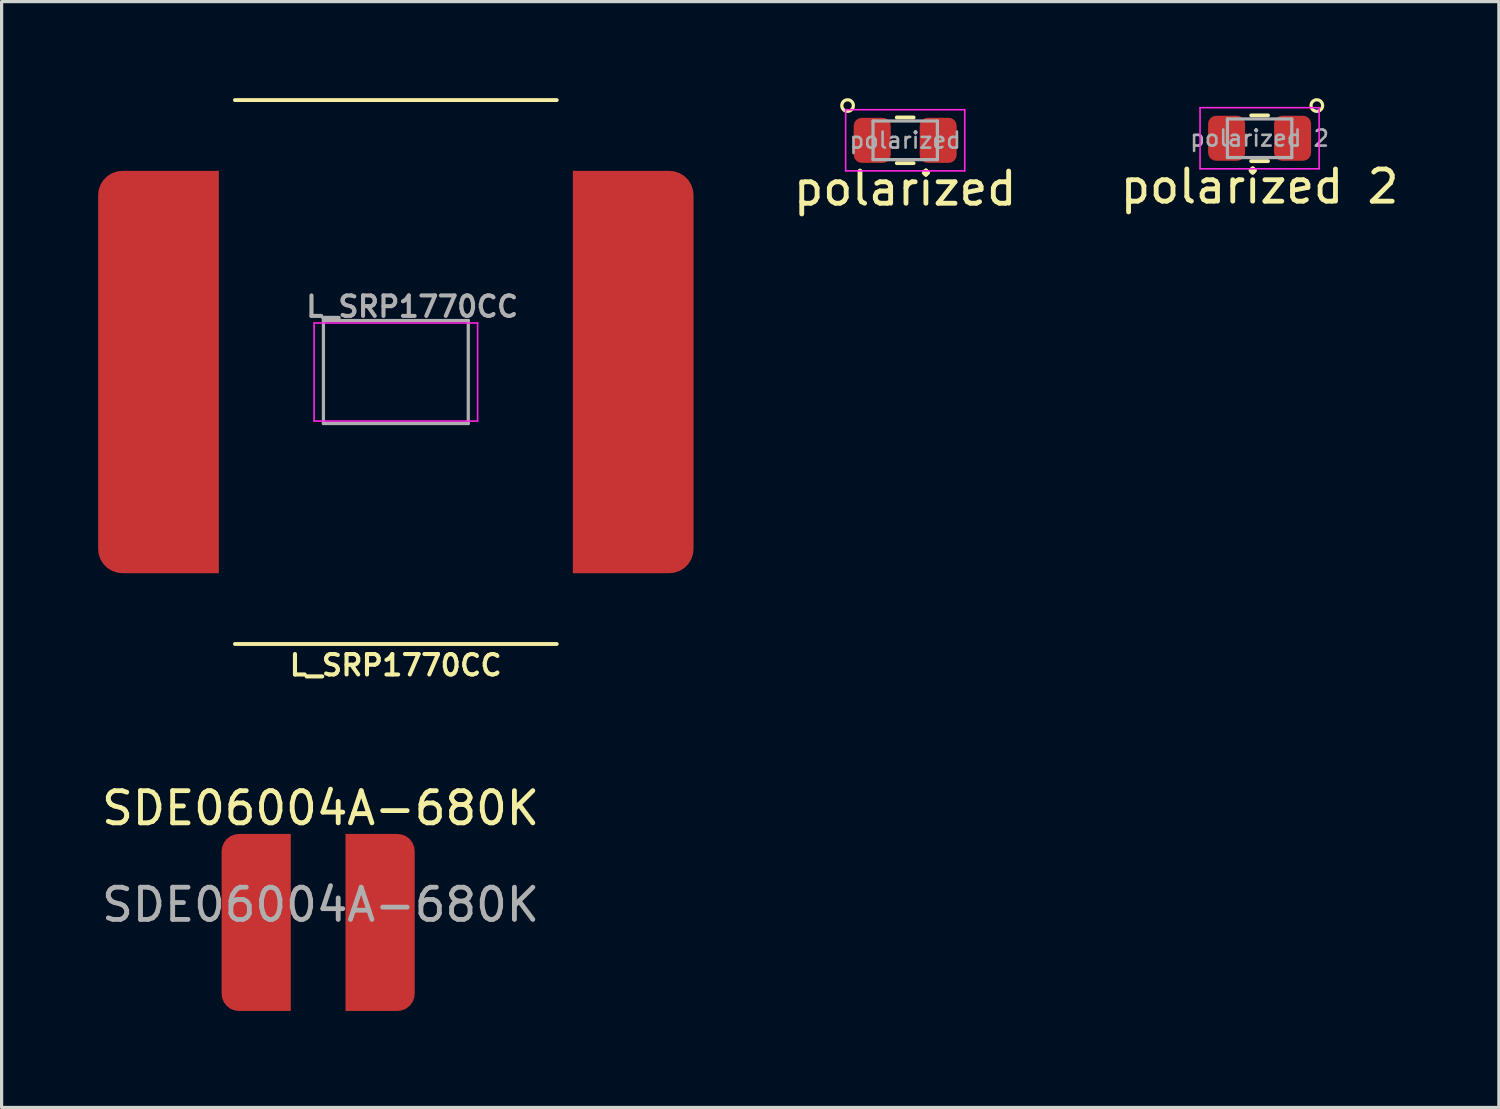
<source format=kicad_pcb>
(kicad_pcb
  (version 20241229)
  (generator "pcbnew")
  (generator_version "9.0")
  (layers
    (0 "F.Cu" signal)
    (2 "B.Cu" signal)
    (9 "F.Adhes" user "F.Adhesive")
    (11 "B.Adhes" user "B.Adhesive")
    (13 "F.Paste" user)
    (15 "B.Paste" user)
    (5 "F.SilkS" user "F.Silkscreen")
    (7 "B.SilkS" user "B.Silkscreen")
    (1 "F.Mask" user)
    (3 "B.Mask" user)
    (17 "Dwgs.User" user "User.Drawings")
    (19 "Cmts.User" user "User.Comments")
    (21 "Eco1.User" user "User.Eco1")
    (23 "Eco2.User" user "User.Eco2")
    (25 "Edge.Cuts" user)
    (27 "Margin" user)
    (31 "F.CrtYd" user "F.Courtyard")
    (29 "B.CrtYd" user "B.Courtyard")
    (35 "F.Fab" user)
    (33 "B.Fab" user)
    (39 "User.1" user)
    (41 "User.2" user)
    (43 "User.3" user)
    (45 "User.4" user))
  (footprint "L_SRP1770CC"
    (layer "F.Cu")
    (at 9.25 8.51)
    (property "Reference" "L_SRP1770CC" (at -0.005 9.11 0) (layer "F.SilkS") (effects (font (size 0.635 0.635) (thickness 0.127))))
    (attr smd)
    (fp_line (start -5 -8.45) (end 5 -8.45) (stroke (width 0.12) (type solid)) (layer "F.SilkS"))
    (fp_line (start -5 8.45) (end 5 8.45) (stroke (width 0.12) (type solid)) (layer "F.SilkS"))
    (fp_rect (start -8.654 -5.588) (end -6.114 -3.048) (stroke (width 0.12) (type solid)) (fill yes) (layer "F.Paste"))
    (fp_rect (start -8.654 -1.778) (end -6.114 1.778) (stroke (width 0.12) (type solid)) (fill yes) (layer "F.Paste"))
    (fp_rect (start -8.654 3.048) (end -6.114 5.588) (stroke (width 0.12) (type solid)) (fill yes) (layer "F.Paste"))
    (fp_rect (start 6.096 -5.588) (end 8.636 -3.048) (stroke (width 0.12) (type solid)) (fill yes) (layer "F.Paste"))
    (fp_rect (start 6.096 -1.778) (end 8.636 1.778) (stroke (width 0.12) (type solid)) (fill yes) (layer "F.Paste"))
    (fp_rect (start 6.096 3.048) (end 8.636 5.588) (stroke (width 0.12) (type solid)) (fill yes) (layer "F.Paste"))
    (fp_line (start -2.54 -1.524) (end 2.54 -1.524) (stroke (width 0.05) (type solid)) (layer "F.CrtYd"))
    (fp_line (start -2.54 1.524) (end -2.54 -1.524) (stroke (width 0.05) (type solid)) (layer "F.CrtYd"))
    (fp_line (start 2.54 1.524) (end -2.54 1.524) (stroke (width 0.05) (type solid)) (layer "F.CrtYd"))
    (fp_line (start 2.54 1.524) (end 2.54 -1.524) (stroke (width 0.05) (type solid)) (layer "F.CrtYd"))
    (fp_line (start -2.25 -1.6) (end 2.25 -1.6) (stroke (width 0.1) (type solid)) (layer "F.Fab"))
    (fp_line (start -2.25 1.6) (end -2.25 -1.6) (stroke (width 0.1) (type solid)) (layer "F.Fab"))
    (fp_line (start 2.25 -1.6) (end 2.25 1.6) (stroke (width 0.1) (type solid)) (layer "F.Fab"))
    (fp_line (start 2.25 1.6) (end -2.25 1.6) (stroke (width 0.1) (type solid)) (layer "F.Fab"))
    (fp_text user "${REFERENCE}" (at 0.508 -2.032 0) (layer "F.Fab") (effects (font (size 0.635 0.635) (thickness 0.127))))
    (pad "1" smd roundrect (at -7.375 0) (size 3.75 12.5) (layers "F.Cu" "F.Mask") (roundrect_rratio 0.2) (chamfer_ratio 0) (chamfer top_right bottom_right))
    (pad "2" smd roundrect (at 7.375 0) (size 3.75 12.5) (layers "F.Cu" "F.Mask") (roundrect_rratio 0.2) (chamfer_ratio 0) (chamfer top_left bottom_left)))
  (footprint "SDE06004A-680K"
    (layer "F.Cu")
    (at 6.836 25.613)
    (property "Reference" "SDE06004A-680K" (at 0.075 -3.55 0) (unlocked yes) (layer "F.SilkS") (effects (font (size 1 1) (thickness 0.15))))
    (attr smd)
    (fp_text user "${REFERENCE}" (at 0.075 -0.55 0) (unlocked yes) (layer "F.Fab") (effects (font (size 1 1) (thickness 0.15))))
    (pad "1" smd roundrect (at -1.925 0) (size 2.15 5.5) (layers "F.Cu" "F.Mask" "F.Paste") (roundrect_rratio 0.25) (chamfer_ratio 0) (chamfer top_right bottom_right))
    (pad "2" smd roundrect (at 1.925 0) (size 2.15 5.5) (layers "F.Cu" "F.Mask" "F.Paste") (roundrect_rratio 0.25) (chamfer_ratio 0) (chamfer top_left bottom_left)))
  (footprint "polarized"
    (layer "F.Cu")
    (at 25.077 1.31)
    (property "Reference" "polarized" (at 0 1.5 180) (layer "F.SilkS") (effects (font (size 1 1) (thickness 0.15))))
    (attr smd)
    (fp_line (start -0.261 -0.71) (end 0.261 -0.71) (stroke (width 0.12) (type solid)) (layer "F.SilkS"))
    (fp_line (start -0.261 0.71) (end 0.261 0.71) (stroke (width 0.12) (type solid)) (layer "F.SilkS"))
    (fp_circle (center -1.79 -1.08) (end -1.663 -1.207) (stroke (width 0.1) (type default)) (fill no) (layer "F.SilkS"))
    (fp_line (start -1.85 -0.95) (end 1.85 -0.95) (stroke (width 0.05) (type solid)) (layer "F.CrtYd"))
    (fp_line (start -1.85 0.95) (end -1.85 -0.95) (stroke (width 0.05) (type solid)) (layer "F.CrtYd"))
    (fp_line (start 1.85 -0.95) (end 1.85 0.95) (stroke (width 0.05) (type solid)) (layer "F.CrtYd"))
    (fp_line (start 1.85 0.95) (end -1.85 0.95) (stroke (width 0.05) (type solid)) (layer "F.CrtYd"))
    (fp_line (start -1 -0.6) (end 1 -0.6) (stroke (width 0.1) (type solid)) (layer "F.Fab"))
    (fp_line (start -1 0.6) (end -1 -0.6) (stroke (width 0.1) (type solid)) (layer "F.Fab"))
    (fp_line (start 1 -0.6) (end 1 0.6) (stroke (width 0.1) (type solid)) (layer "F.Fab"))
    (fp_line (start 1 0.6) (end -1 0.6) (stroke (width 0.1) (type solid)) (layer "F.Fab"))
    (fp_text user "${REFERENCE}" (at 0 0 180) (layer "F.Fab") (effects (font (size 0.5 0.5) (thickness 0.08))))
    (pad "1" smd roundrect (at -1.025 0) (size 1.15 1.4) (layers "F.Cu" "F.Mask" "F.Paste") (roundrect_rratio 0.217))
    (pad "2" smd roundrect (at 1.025 0) (size 1.15 1.4) (layers "F.Cu" "F.Mask" "F.Paste") (roundrect_rratio 0.217)))
  (footprint "polarized 2"
    (layer "F.Cu")
    (at 36.089 1.246)
    (property "Reference" "polarized 2" (at 0 1.5 180) (layer "F.SilkS") (effects (font (size 1 1) (thickness 0.15))))
    (attr smd)
    (fp_line (start -0.261 -0.71) (end 0.261 -0.71) (stroke (width 0.12) (type solid)) (layer "F.SilkS"))
    (fp_line (start -0.261 0.71) (end 0.261 0.71) (stroke (width 0.12) (type solid)) (layer "F.SilkS"))
    (fp_circle (center 1.778 -1.016) (end 1.905 -1.143) (stroke (width 0.1) (type default)) (fill no) (layer "F.SilkS"))
    (fp_line (start -1.85 -0.95) (end 1.85 -0.95) (stroke (width 0.05) (type solid)) (layer "F.CrtYd"))
    (fp_line (start -1.85 0.95) (end -1.85 -0.95) (stroke (width 0.05) (type solid)) (layer "F.CrtYd"))
    (fp_line (start 1.85 -0.95) (end 1.85 0.95) (stroke (width 0.05) (type solid)) (layer "F.CrtYd"))
    (fp_line (start 1.85 0.95) (end -1.85 0.95) (stroke (width 0.05) (type solid)) (layer "F.CrtYd"))
    (fp_line (start -1 -0.6) (end 1 -0.6) (stroke (width 0.1) (type solid)) (layer "F.Fab"))
    (fp_line (start -1 0.6) (end -1 -0.6) (stroke (width 0.1) (type solid)) (layer "F.Fab"))
    (fp_line (start 1 -0.6) (end 1 0.6) (stroke (width 0.1) (type solid)) (layer "F.Fab"))
    (fp_line (start 1 0.6) (end -1 0.6) (stroke (width 0.1) (type solid)) (layer "F.Fab"))
    (fp_text user "${REFERENCE}" (at 0 0 180) (layer "F.Fab") (effects (font (size 0.5 0.5) (thickness 0.08))))
    (pad "1" smd roundrect (at -1.025 0) (size 1.15 1.4) (layers "F.Cu" "F.Mask" "F.Paste") (roundrect_rratio 0.217))
    (pad "2" smd roundrect (at 1.025 0) (size 1.15 1.4) (layers "F.Cu" "F.Mask" "F.Paste") (roundrect_rratio 0.217)))
  (gr_rect
    (start -3 -3)
    (end 43.524 31.363)
    (stroke (width 0.1) (type default))
    (fill no)
    (layer "Edge.Cuts")))
</source>
